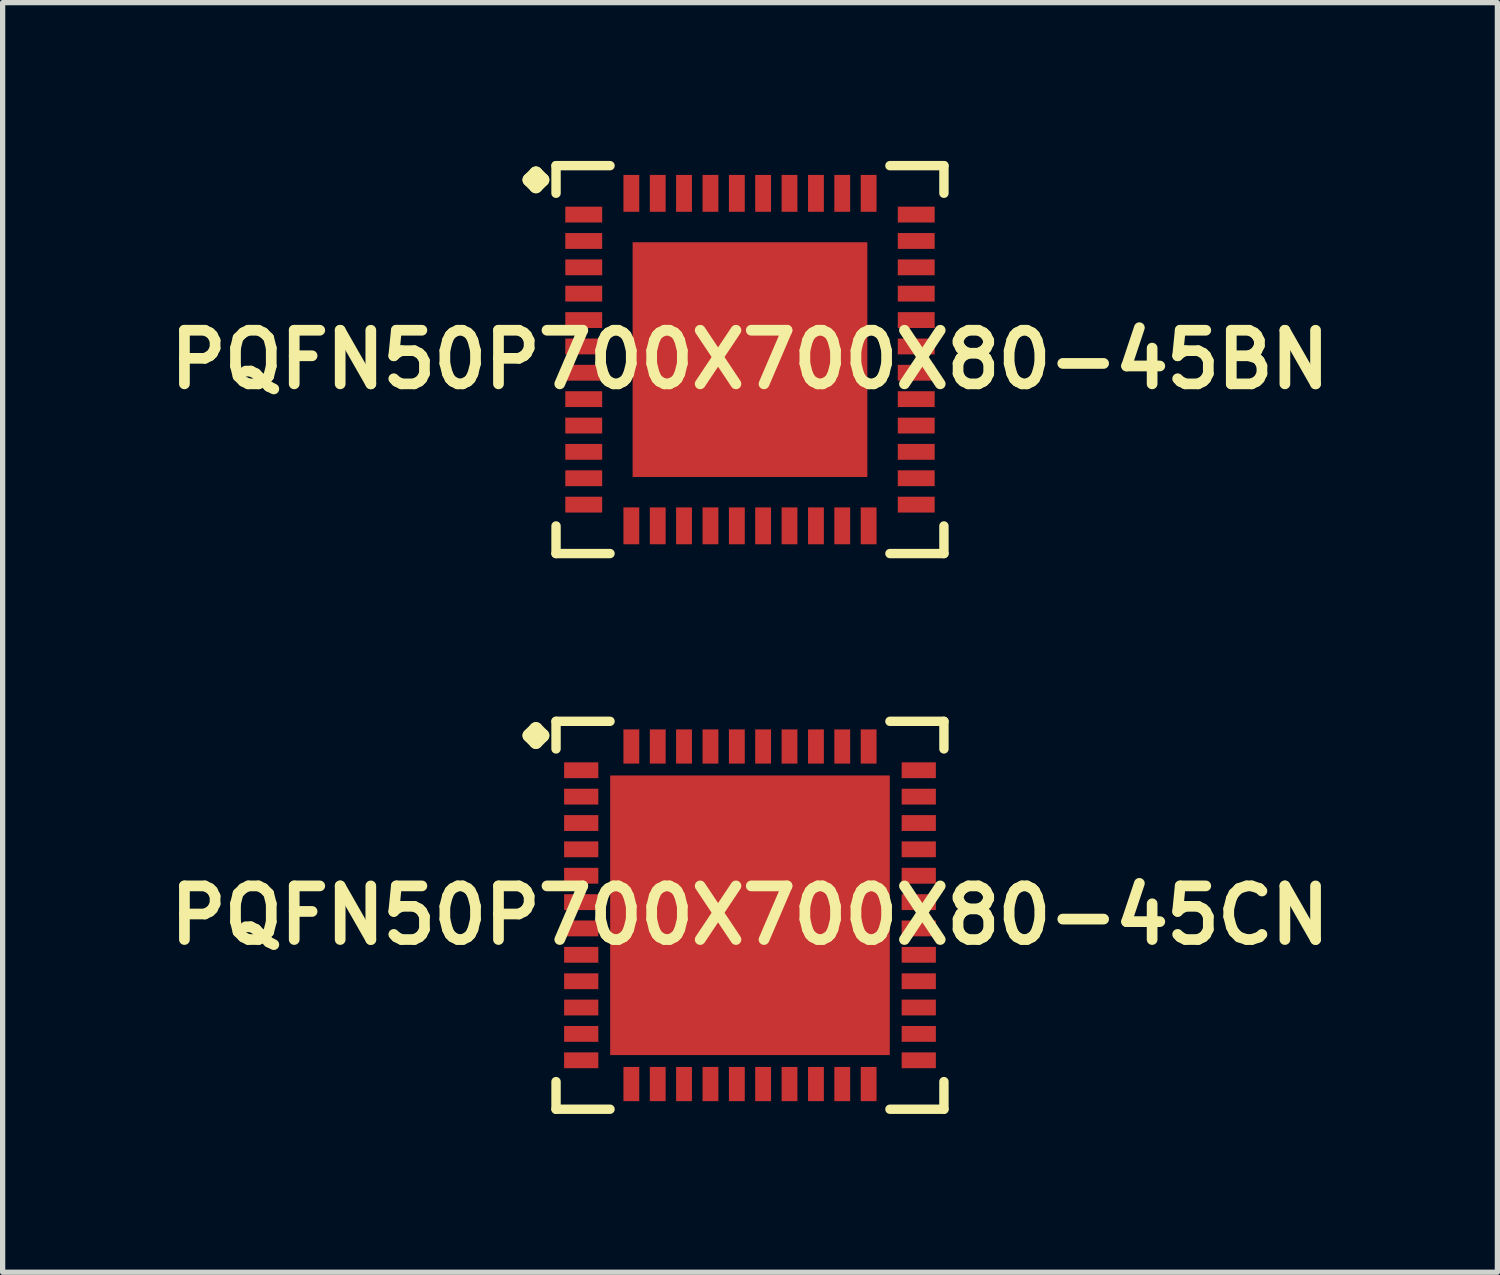
<source format=kicad_pcb>
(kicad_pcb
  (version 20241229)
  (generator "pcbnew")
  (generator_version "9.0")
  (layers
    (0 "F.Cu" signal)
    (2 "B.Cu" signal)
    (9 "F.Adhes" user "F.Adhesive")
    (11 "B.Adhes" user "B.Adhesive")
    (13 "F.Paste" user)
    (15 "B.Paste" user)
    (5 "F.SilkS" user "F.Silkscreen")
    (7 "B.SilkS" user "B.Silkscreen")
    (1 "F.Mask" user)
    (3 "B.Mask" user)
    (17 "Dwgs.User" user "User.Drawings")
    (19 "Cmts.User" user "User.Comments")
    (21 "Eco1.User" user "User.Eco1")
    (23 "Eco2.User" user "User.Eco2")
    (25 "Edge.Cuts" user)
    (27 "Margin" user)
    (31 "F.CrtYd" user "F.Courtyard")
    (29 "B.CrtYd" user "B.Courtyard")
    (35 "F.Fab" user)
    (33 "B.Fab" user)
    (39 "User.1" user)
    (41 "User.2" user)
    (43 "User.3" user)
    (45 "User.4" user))
  (footprint "PQFN50P700X700X80-45CN"
    (layer "F.Cu")
    (at 11.161 14.293)
    (property "Reference" "PQFN50P700X700X80-45CN" (at 0 0 0) (layer "F.SilkS") (effects (font (size 1.016 1.016) (thickness 0.203))))
    (attr smd)
    (fp_line (start -4.183 -3.406) (end -4.056 -3.533) (stroke (width 0.254) (type solid)) (layer "F.SilkS"))
    (fp_line (start -4.056 -3.533) (end -3.929 -3.406) (stroke (width 0.254) (type solid)) (layer "F.SilkS"))
    (fp_line (start -4.056 -3.279) (end -4.183 -3.406) (stroke (width 0.254) (type solid)) (layer "F.SilkS"))
    (fp_line (start -3.929 -3.406) (end -4.056 -3.279) (stroke (width 0.254) (type solid)) (layer "F.SilkS"))
    (fp_line (start -3.675 -3.675) (end -2.652 -3.675) (stroke (width 0.178) (type solid)) (layer "F.SilkS"))
    (fp_line (start -3.675 -3.152) (end -3.675 -3.675) (stroke (width 0.178) (type solid)) (layer "F.SilkS"))
    (fp_line (start -3.675 3.152) (end -3.675 3.675) (stroke (width 0.178) (type solid)) (layer "F.SilkS"))
    (fp_line (start -3.675 3.675) (end -2.652 3.675) (stroke (width 0.178) (type solid)) (layer "F.SilkS"))
    (fp_line (start 2.652 -3.675) (end 3.675 -3.675) (stroke (width 0.178) (type solid)) (layer "F.SilkS"))
    (fp_line (start 2.652 3.675) (end 3.675 3.675) (stroke (width 0.178) (type solid)) (layer "F.SilkS"))
    (fp_line (start 3.675 -3.675) (end 3.675 -3.152) (stroke (width 0.178) (type solid)) (layer "F.SilkS"))
    (fp_line (start 3.675 3.675) (end 3.675 3.152) (stroke (width 0.178) (type solid)) (layer "F.SilkS"))
    (pad "1" smd rect (at -3.198 -2.748) (size 0.648 0.3) (layers "F.Cu" "F.Mask" "F.Paste"))
    (pad "2" smd rect (at -3.198 -2.248) (size 0.648 0.3) (layers "F.Cu" "F.Mask" "F.Paste"))
    (pad "3" smd rect (at -3.198 -1.748) (size 0.648 0.3) (layers "F.Cu" "F.Mask" "F.Paste"))
    (pad "4" smd rect (at -3.198 -1.25) (size 0.648 0.3) (layers "F.Cu" "F.Mask" "F.Paste"))
    (pad "5" smd rect (at -3.198 -0.749) (size 0.648 0.3) (layers "F.Cu" "F.Mask" "F.Paste"))
    (pad "6" smd rect (at -3.198 -0.249) (size 0.648 0.3) (layers "F.Cu" "F.Mask" "F.Paste"))
    (pad "7" smd rect (at -3.198 0.249) (size 0.648 0.3) (layers "F.Cu" "F.Mask" "F.Paste"))
    (pad "8" smd rect (at -3.198 0.749) (size 0.648 0.3) (layers "F.Cu" "F.Mask" "F.Paste"))
    (pad "9" smd rect (at -3.198 1.25) (size 0.648 0.3) (layers "F.Cu" "F.Mask" "F.Paste"))
    (pad "10" smd rect (at -3.198 1.748) (size 0.648 0.3) (layers "F.Cu" "F.Mask" "F.Paste"))
    (pad "11" smd rect (at -3.198 2.248) (size 0.648 0.3) (layers "F.Cu" "F.Mask" "F.Paste"))
    (pad "12" smd rect (at -3.198 2.748) (size 0.648 0.3) (layers "F.Cu" "F.Mask" "F.Paste"))
    (pad "13" smd rect (at -2.248 3.198) (size 0.3 0.648) (layers "F.Cu" "F.Mask" "F.Paste"))
    (pad "14" smd rect (at -1.748 3.198) (size 0.3 0.648) (layers "F.Cu" "F.Mask" "F.Paste"))
    (pad "15" smd rect (at -1.25 3.198) (size 0.3 0.648) (layers "F.Cu" "F.Mask" "F.Paste"))
    (pad "16" smd rect (at -0.749 3.198) (size 0.3 0.648) (layers "F.Cu" "F.Mask" "F.Paste"))
    (pad "17" smd rect (at -0.249 3.198) (size 0.3 0.648) (layers "F.Cu" "F.Mask" "F.Paste"))
    (pad "18" smd rect (at 0.249 3.198) (size 0.3 0.648) (layers "F.Cu" "F.Mask" "F.Paste"))
    (pad "19" smd rect (at 0.749 3.198) (size 0.3 0.648) (layers "F.Cu" "F.Mask" "F.Paste"))
    (pad "20" smd rect (at 1.25 3.198) (size 0.3 0.648) (layers "F.Cu" "F.Mask" "F.Paste"))
    (pad "21" smd rect (at 1.748 3.198) (size 0.3 0.648) (layers "F.Cu" "F.Mask" "F.Paste"))
    (pad "22" smd rect (at 2.248 3.198) (size 0.3 0.648) (layers "F.Cu" "F.Mask" "F.Paste"))
    (pad "23" smd rect (at 3.198 2.748) (size 0.648 0.3) (layers "F.Cu" "F.Mask" "F.Paste"))
    (pad "24" smd rect (at 3.198 2.248) (size 0.648 0.3) (layers "F.Cu" "F.Mask" "F.Paste"))
    (pad "25" smd rect (at 3.198 1.748) (size 0.648 0.3) (layers "F.Cu" "F.Mask" "F.Paste"))
    (pad "26" smd rect (at 3.198 1.25) (size 0.648 0.3) (layers "F.Cu" "F.Mask" "F.Paste"))
    (pad "27" smd rect (at 3.198 0.749) (size 0.648 0.3) (layers "F.Cu" "F.Mask" "F.Paste"))
    (pad "28" smd rect (at 3.198 0.249) (size 0.648 0.3) (layers "F.Cu" "F.Mask" "F.Paste"))
    (pad "29" smd rect (at 3.198 -0.249) (size 0.648 0.3) (layers "F.Cu" "F.Mask" "F.Paste"))
    (pad "30" smd rect (at 3.198 -0.749) (size 0.648 0.3) (layers "F.Cu" "F.Mask" "F.Paste"))
    (pad "31" smd rect (at 3.198 -1.25) (size 0.648 0.3) (layers "F.Cu" "F.Mask" "F.Paste"))
    (pad "32" smd rect (at 3.198 -1.748) (size 0.648 0.3) (layers "F.Cu" "F.Mask" "F.Paste"))
    (pad "33" smd rect (at 3.198 -2.248) (size 0.648 0.3) (layers "F.Cu" "F.Mask" "F.Paste"))
    (pad "34" smd rect (at 3.198 -2.748) (size 0.648 0.3) (layers "F.Cu" "F.Mask" "F.Paste"))
    (pad "35" smd rect (at 2.248 -3.198) (size 0.3 0.648) (layers "F.Cu" "F.Mask" "F.Paste"))
    (pad "36" smd rect (at 1.748 -3.198) (size 0.3 0.648) (layers "F.Cu" "F.Mask" "F.Paste"))
    (pad "37" smd rect (at 1.25 -3.198) (size 0.3 0.648) (layers "F.Cu" "F.Mask" "F.Paste"))
    (pad "38" smd rect (at 0.749 -3.198) (size 0.3 0.648) (layers "F.Cu" "F.Mask" "F.Paste"))
    (pad "39" smd rect (at 0.249 -3.198) (size 0.3 0.648) (layers "F.Cu" "F.Mask" "F.Paste"))
    (pad "40" smd rect (at -0.249 -3.198) (size 0.3 0.648) (layers "F.Cu" "F.Mask" "F.Paste"))
    (pad "41" smd rect (at -0.749 -3.198) (size 0.3 0.648) (layers "F.Cu" "F.Mask" "F.Paste"))
    (pad "42" smd rect (at -1.25 -3.198) (size 0.3 0.648) (layers "F.Cu" "F.Mask" "F.Paste"))
    (pad "43" smd rect (at -1.748 -3.198) (size 0.3 0.648) (layers "F.Cu" "F.Mask" "F.Paste"))
    (pad "44" smd rect (at -2.248 -3.198) (size 0.3 0.648) (layers "F.Cu" "F.Mask" "F.Paste"))
    (pad "45" smd rect (at 0 0) (size 5.298 5.298) (layers "F.Cu" "F.Mask" "F.Paste")))
  (footprint "PQFN50P700X700X80-45BN"
    (layer "F.Cu")
    (at 11.161 3.764)
    (property "Reference" "PQFN50P700X700X80-45BN" (at 0 0 0) (layer "F.SilkS") (effects (font (size 1.016 1.016) (thickness 0.203))))
    (attr smd)
    (fp_line (start -4.183 -3.406) (end -4.056 -3.533) (stroke (width 0.254) (type solid)) (layer "F.SilkS"))
    (fp_line (start -4.056 -3.533) (end -3.929 -3.406) (stroke (width 0.254) (type solid)) (layer "F.SilkS"))
    (fp_line (start -4.056 -3.279) (end -4.183 -3.406) (stroke (width 0.254) (type solid)) (layer "F.SilkS"))
    (fp_line (start -3.929 -3.406) (end -4.056 -3.279) (stroke (width 0.254) (type solid)) (layer "F.SilkS"))
    (fp_line (start -3.675 -3.675) (end -2.652 -3.675) (stroke (width 0.178) (type solid)) (layer "F.SilkS"))
    (fp_line (start -3.675 -3.152) (end -3.675 -3.675) (stroke (width 0.178) (type solid)) (layer "F.SilkS"))
    (fp_line (start -3.675 3.152) (end -3.675 3.675) (stroke (width 0.178) (type solid)) (layer "F.SilkS"))
    (fp_line (start -3.675 3.675) (end -2.652 3.675) (stroke (width 0.178) (type solid)) (layer "F.SilkS"))
    (fp_line (start 2.652 -3.675) (end 3.675 -3.675) (stroke (width 0.178) (type solid)) (layer "F.SilkS"))
    (fp_line (start 2.652 3.675) (end 3.675 3.675) (stroke (width 0.178) (type solid)) (layer "F.SilkS"))
    (fp_line (start 3.675 -3.675) (end 3.675 -3.152) (stroke (width 0.178) (type solid)) (layer "F.SilkS"))
    (fp_line (start 3.675 3.675) (end 3.675 3.152) (stroke (width 0.178) (type solid)) (layer "F.SilkS"))
    (pad "1" smd rect (at -3.15 -2.748) (size 0.699 0.3) (layers "F.Cu" "F.Mask" "F.Paste"))
    (pad "2" smd rect (at -3.15 -2.248) (size 0.699 0.3) (layers "F.Cu" "F.Mask" "F.Paste"))
    (pad "3" smd rect (at -3.15 -1.748) (size 0.699 0.3) (layers "F.Cu" "F.Mask" "F.Paste"))
    (pad "4" smd rect (at -3.15 -1.25) (size 0.699 0.3) (layers "F.Cu" "F.Mask" "F.Paste"))
    (pad "5" smd rect (at -3.15 -0.749) (size 0.699 0.3) (layers "F.Cu" "F.Mask" "F.Paste"))
    (pad "6" smd rect (at -3.15 -0.249) (size 0.699 0.3) (layers "F.Cu" "F.Mask" "F.Paste"))
    (pad "7" smd rect (at -3.15 0.249) (size 0.699 0.3) (layers "F.Cu" "F.Mask" "F.Paste"))
    (pad "8" smd rect (at -3.15 0.749) (size 0.699 0.3) (layers "F.Cu" "F.Mask" "F.Paste"))
    (pad "9" smd rect (at -3.15 1.25) (size 0.699 0.3) (layers "F.Cu" "F.Mask" "F.Paste"))
    (pad "10" smd rect (at -3.15 1.748) (size 0.699 0.3) (layers "F.Cu" "F.Mask" "F.Paste"))
    (pad "11" smd rect (at -3.15 2.248) (size 0.699 0.3) (layers "F.Cu" "F.Mask" "F.Paste"))
    (pad "12" smd rect (at -3.15 2.748) (size 0.699 0.3) (layers "F.Cu" "F.Mask" "F.Paste"))
    (pad "13" smd rect (at -2.248 3.15) (size 0.3 0.699) (layers "F.Cu" "F.Mask" "F.Paste"))
    (pad "14" smd rect (at -1.748 3.15) (size 0.3 0.699) (layers "F.Cu" "F.Mask" "F.Paste"))
    (pad "15" smd rect (at -1.25 3.15) (size 0.3 0.699) (layers "F.Cu" "F.Mask" "F.Paste"))
    (pad "16" smd rect (at -0.749 3.15) (size 0.3 0.699) (layers "F.Cu" "F.Mask" "F.Paste"))
    (pad "17" smd rect (at -0.249 3.15) (size 0.3 0.699) (layers "F.Cu" "F.Mask" "F.Paste"))
    (pad "18" smd rect (at 0.249 3.15) (size 0.3 0.699) (layers "F.Cu" "F.Mask" "F.Paste"))
    (pad "19" smd rect (at 0.749 3.15) (size 0.3 0.699) (layers "F.Cu" "F.Mask" "F.Paste"))
    (pad "20" smd rect (at 1.25 3.15) (size 0.3 0.699) (layers "F.Cu" "F.Mask" "F.Paste"))
    (pad "21" smd rect (at 1.748 3.15) (size 0.3 0.699) (layers "F.Cu" "F.Mask" "F.Paste"))
    (pad "22" smd rect (at 2.248 3.15) (size 0.3 0.699) (layers "F.Cu" "F.Mask" "F.Paste"))
    (pad "23" smd rect (at 3.15 2.748) (size 0.699 0.3) (layers "F.Cu" "F.Mask" "F.Paste"))
    (pad "24" smd rect (at 3.15 2.248) (size 0.699 0.3) (layers "F.Cu" "F.Mask" "F.Paste"))
    (pad "25" smd rect (at 3.15 1.748) (size 0.699 0.3) (layers "F.Cu" "F.Mask" "F.Paste"))
    (pad "26" smd rect (at 3.15 1.25) (size 0.699 0.3) (layers "F.Cu" "F.Mask" "F.Paste"))
    (pad "27" smd rect (at 3.15 0.749) (size 0.699 0.3) (layers "F.Cu" "F.Mask" "F.Paste"))
    (pad "28" smd rect (at 3.15 0.249) (size 0.699 0.3) (layers "F.Cu" "F.Mask" "F.Paste"))
    (pad "29" smd rect (at 3.15 -0.249) (size 0.699 0.3) (layers "F.Cu" "F.Mask" "F.Paste"))
    (pad "30" smd rect (at 3.15 -0.749) (size 0.699 0.3) (layers "F.Cu" "F.Mask" "F.Paste"))
    (pad "31" smd rect (at 3.15 -1.25) (size 0.699 0.3) (layers "F.Cu" "F.Mask" "F.Paste"))
    (pad "32" smd rect (at 3.15 -1.748) (size 0.699 0.3) (layers "F.Cu" "F.Mask" "F.Paste"))
    (pad "33" smd rect (at 3.15 -2.248) (size 0.699 0.3) (layers "F.Cu" "F.Mask" "F.Paste"))
    (pad "34" smd rect (at 3.15 -2.748) (size 0.699 0.3) (layers "F.Cu" "F.Mask" "F.Paste"))
    (pad "35" smd rect (at 2.248 -3.15) (size 0.3 0.699) (layers "F.Cu" "F.Mask" "F.Paste"))
    (pad "36" smd rect (at 1.748 -3.15) (size 0.3 0.699) (layers "F.Cu" "F.Mask" "F.Paste"))
    (pad "37" smd rect (at 1.25 -3.15) (size 0.3 0.699) (layers "F.Cu" "F.Mask" "F.Paste"))
    (pad "38" smd rect (at 0.749 -3.15) (size 0.3 0.699) (layers "F.Cu" "F.Mask" "F.Paste"))
    (pad "39" smd rect (at 0.249 -3.15) (size 0.3 0.699) (layers "F.Cu" "F.Mask" "F.Paste"))
    (pad "40" smd rect (at -0.249 -3.15) (size 0.3 0.699) (layers "F.Cu" "F.Mask" "F.Paste"))
    (pad "41" smd rect (at -0.749 -3.15) (size 0.3 0.699) (layers "F.Cu" "F.Mask" "F.Paste"))
    (pad "42" smd rect (at -1.25 -3.15) (size 0.3 0.699) (layers "F.Cu" "F.Mask" "F.Paste"))
    (pad "43" smd rect (at -1.748 -3.15) (size 0.3 0.699) (layers "F.Cu" "F.Mask" "F.Paste"))
    (pad "44" smd rect (at -2.248 -3.15) (size 0.3 0.699) (layers "F.Cu" "F.Mask" "F.Paste"))
    (pad "45" smd rect (at 0 0) (size 4.448 4.448) (layers "F.Cu" "F.Mask" "F.Paste")))
  (gr_rect
    (start -3 -3)
    (end 25.323 21.057)
    (stroke (width 0.1) (type default))
    (fill no)
    (layer "Edge.Cuts")))
</source>
